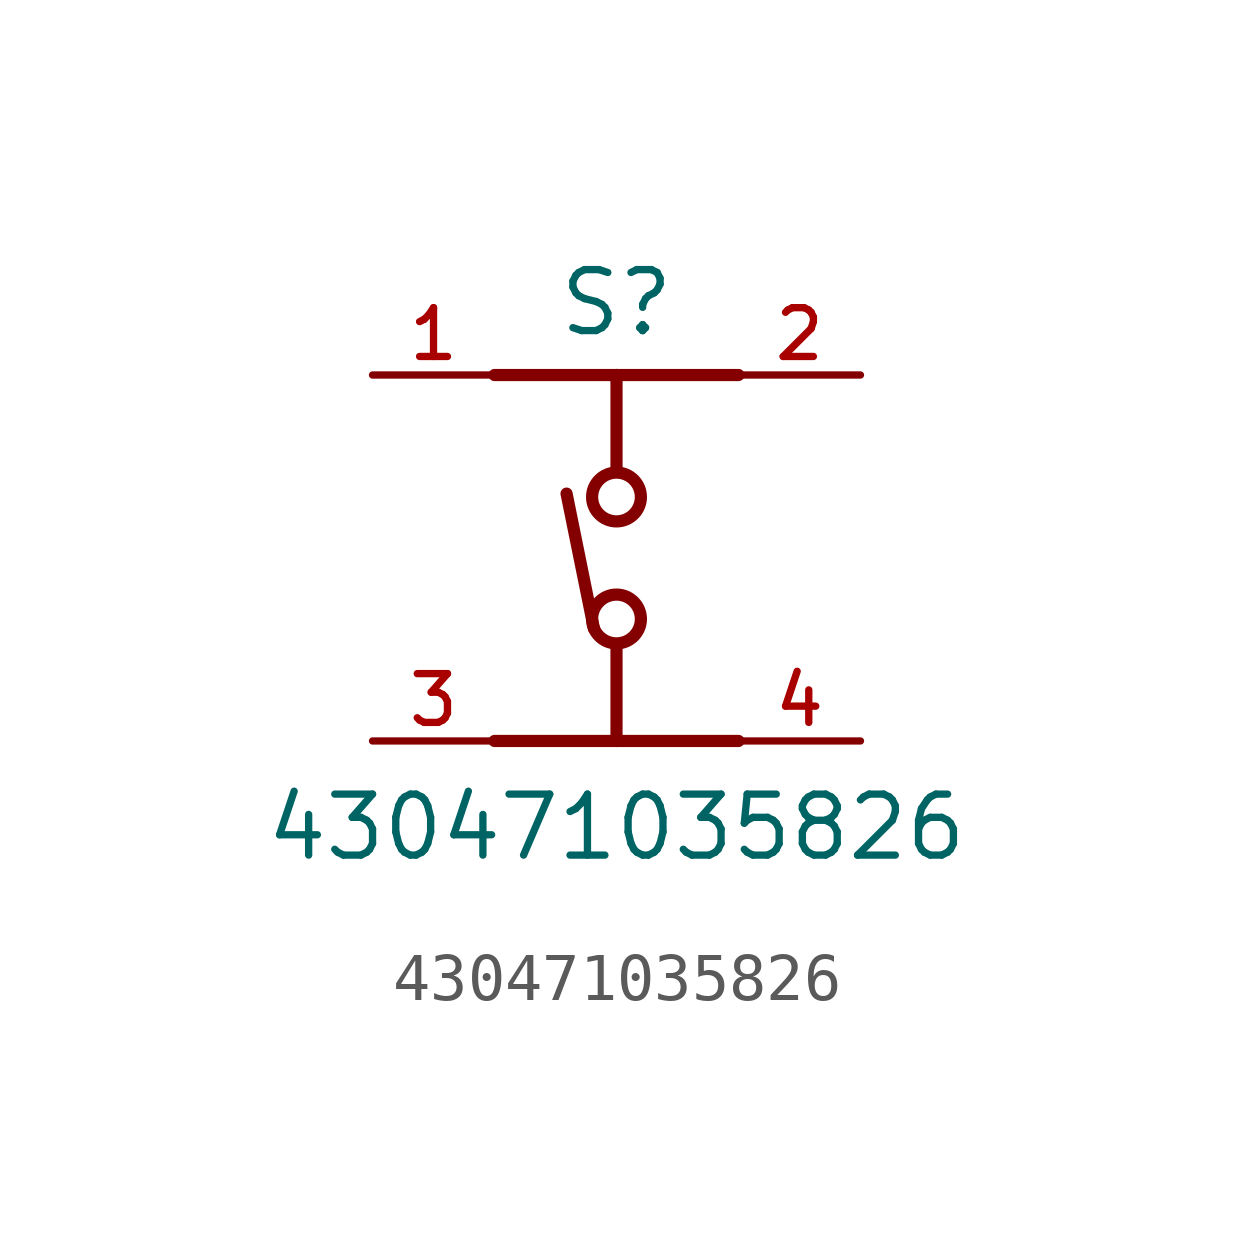
<source format=kicad_sym>
(kicad_symbol_lib
  (version 20211014)
  (generator kicad_symbol_editor)
  (symbol "430471035826"
    (pin_names
      (offset 1.016))
    (property "Reference" "S"
      (at 0.0 5.842 0)
      (effects (font (size 1.27 1.27)) (justify bottom)))
    (property "Value" "430471035826"
      (at 0.0 -5.08 0)
      (effects (font (size 1.27 1.27)) (justify bottom)))
    (symbol "430471035826_0_0"
      (polyline (pts (xy -2.54 5.08) (xy 0.0 5.08)) (stroke (width 0.254)))
      (polyline (pts (xy 0.0 5.08) (xy 2.54 5.08)) (stroke (width 0.254)))
      (polyline (pts (xy -2.54 -2.54) (xy 0.0 -2.54)) (stroke (width 0.254)))
      (polyline (pts (xy 0.0 -2.54) (xy 2.54 -2.54)) (stroke (width 0.254)))
      (polyline (pts (xy -0.47 -0.2) (xy -1.04 2.61)) (stroke (width 0.254)))
      (polyline (pts (xy 0.0 3.075) (xy 0.0 5.08)) (stroke (width 0.254)))
      (polyline (pts (xy 0.0 -0.535) (xy 0.0 -2.54)) (stroke (width 0.254)))
      (circle (center 0.0 0.0) (radius 0.508) (stroke (width 0.254)) (fill (type none)))
      (circle (center 0.0 2.54) (radius 0.508) (stroke (width 0.254)) (fill (type none)))
      (pin passive line (at -5.08 5.08 0) (length 2.54) (name "~" (effects (font (size 1.016 1.016)))) (number "1" (effects (font (size 1.016 1.016)))))
      (pin passive line (at -5.08 -2.54 0) (length 2.54) (name "~" (effects (font (size 1.016 1.016)))) (number "3" (effects (font (size 1.016 1.016)))))
      (pin passive line (at 5.08 5.08 180.0) (length 2.54) (name "~" (effects (font (size 1.016 1.016)))) (number "2" (effects (font (size 1.016 1.016)))))
      (pin passive line (at 5.08 -2.54 180.0) (length 2.54) (name "~" (effects (font (size 1.016 1.016)))) (number "4" (effects (font (size 1.016 1.016))))))))
</source>
